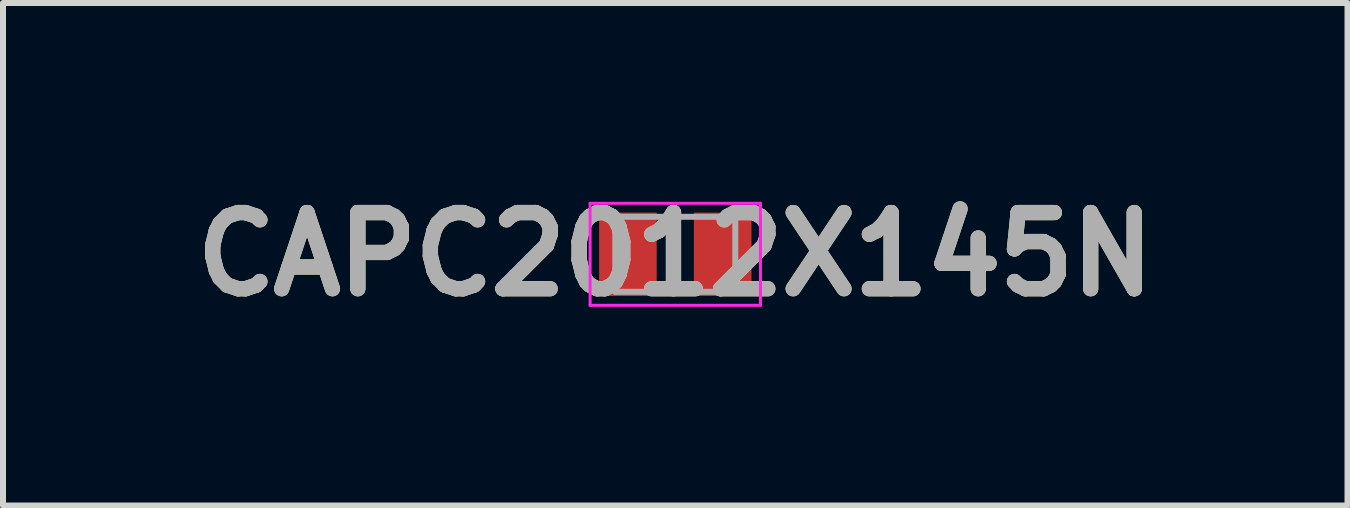
<source format=kicad_pcb>
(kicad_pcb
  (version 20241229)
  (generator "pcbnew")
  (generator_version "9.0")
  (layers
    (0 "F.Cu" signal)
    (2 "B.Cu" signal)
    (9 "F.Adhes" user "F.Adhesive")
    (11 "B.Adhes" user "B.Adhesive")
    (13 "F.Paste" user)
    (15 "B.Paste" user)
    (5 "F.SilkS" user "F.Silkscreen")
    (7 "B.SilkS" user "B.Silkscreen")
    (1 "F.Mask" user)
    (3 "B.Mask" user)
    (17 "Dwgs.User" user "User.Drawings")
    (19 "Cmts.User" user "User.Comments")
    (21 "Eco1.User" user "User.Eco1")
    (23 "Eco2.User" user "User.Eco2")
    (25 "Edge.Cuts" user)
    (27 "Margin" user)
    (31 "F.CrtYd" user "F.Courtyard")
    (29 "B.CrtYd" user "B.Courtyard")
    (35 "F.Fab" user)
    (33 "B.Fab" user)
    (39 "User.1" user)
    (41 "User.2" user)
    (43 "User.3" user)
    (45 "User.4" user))
  (footprint "CAPC2012X145N"
    (layer "F.Cu")
    (at 8.207 1.189)
    (property "Reference" "CAPC2012X145N" (at 0 0 0) (layer "F.SilkS") (effects (font (size 1.27 1.27) (thickness 0.254))))
    (attr smd)
    (fp_line (start -1.42 -0.85) (end 1.42 -0.85) (stroke (width 0.05) (type solid)) (layer "F.CrtYd"))
    (fp_line (start -1.42 0.85) (end -1.42 -0.85) (stroke (width 0.05) (type solid)) (layer "F.CrtYd"))
    (fp_line (start 1.42 -0.85) (end 1.42 0.85) (stroke (width 0.05) (type solid)) (layer "F.CrtYd"))
    (fp_line (start 1.42 0.85) (end -1.42 0.85) (stroke (width 0.05) (type solid)) (layer "F.CrtYd"))
    (fp_line (start -1 -0.625) (end 1 -0.625) (stroke (width 0.1) (type solid)) (layer "F.Fab"))
    (fp_line (start -1 0.625) (end -1 -0.625) (stroke (width 0.1) (type solid)) (layer "F.Fab"))
    (fp_line (start 1 -0.625) (end 1 0.625) (stroke (width 0.1) (type solid)) (layer "F.Fab"))
    (fp_line (start 1 0.625) (end -1 0.625) (stroke (width 0.1) (type solid)) (layer "F.Fab"))
    (fp_text user "${REFERENCE}" (at 0 0 0) (layer "F.Fab") (effects (font (size 1.27 1.27) (thickness 0.254))))
    (pad "1" smd rect (at -0.79 0) (size 0.96 1.39) (layers "F.Cu" "F.Mask" "F.Paste"))
    (pad "2" smd rect (at 0.79 0) (size 0.96 1.39) (layers "F.Cu" "F.Mask" "F.Paste")))
  (gr_rect
    (start -3 -3)
    (end 19.413 5.377)
    (stroke (width 0.1) (type default))
    (fill no)
    (layer "Edge.Cuts")))
</source>
